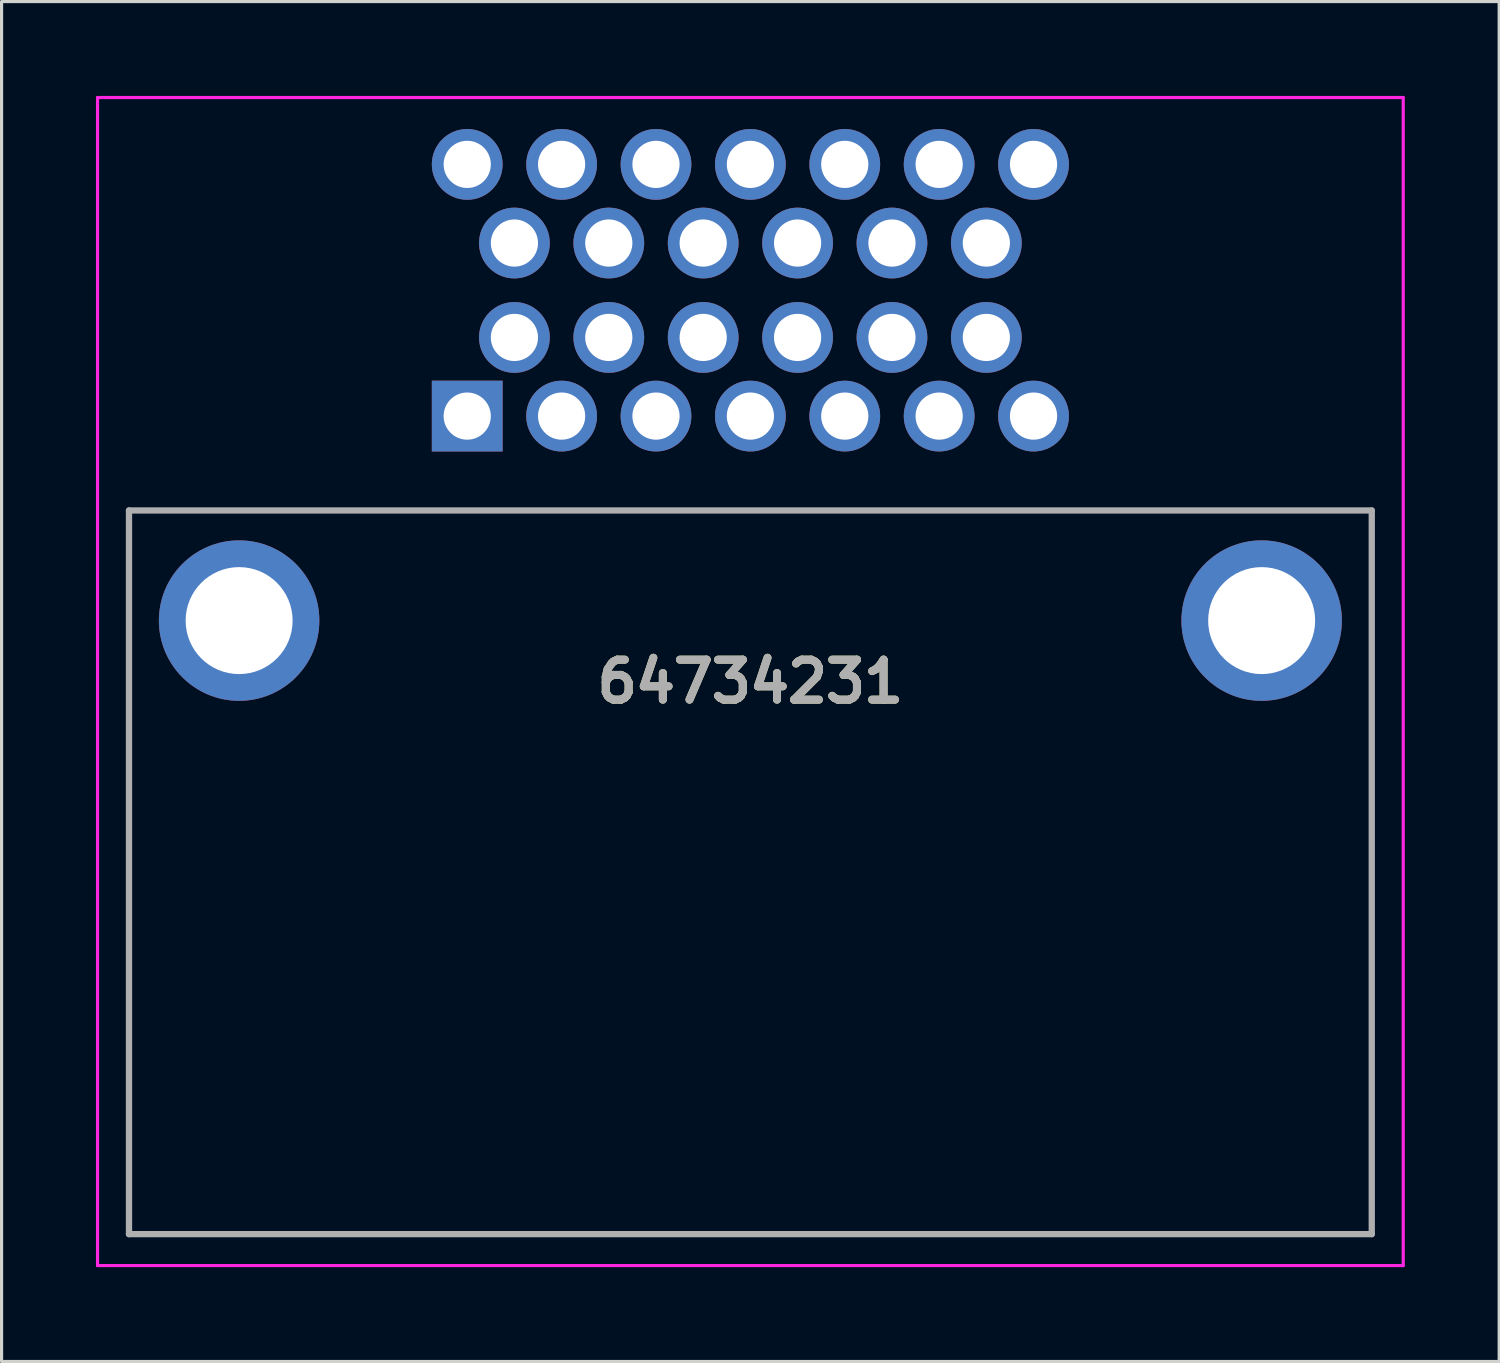
<source format=kicad_pcb>
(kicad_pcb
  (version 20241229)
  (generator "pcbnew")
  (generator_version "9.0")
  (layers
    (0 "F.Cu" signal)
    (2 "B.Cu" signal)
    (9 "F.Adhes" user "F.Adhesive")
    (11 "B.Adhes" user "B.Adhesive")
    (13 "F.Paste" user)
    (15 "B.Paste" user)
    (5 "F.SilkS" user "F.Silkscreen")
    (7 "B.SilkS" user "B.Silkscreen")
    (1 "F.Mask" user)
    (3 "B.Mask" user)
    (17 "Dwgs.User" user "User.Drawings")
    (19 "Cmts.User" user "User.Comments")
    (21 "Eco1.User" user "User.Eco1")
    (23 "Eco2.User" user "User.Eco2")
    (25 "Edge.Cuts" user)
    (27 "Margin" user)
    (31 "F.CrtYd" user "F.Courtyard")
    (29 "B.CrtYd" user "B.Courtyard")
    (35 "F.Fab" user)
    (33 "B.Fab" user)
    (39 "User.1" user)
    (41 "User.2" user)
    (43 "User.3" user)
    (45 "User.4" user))
  (footprint "64734231"
    (layer "F.Cu")
    (at 11.8 10.175)
    (property "Reference" "64734231" (at 9 8.438 0) (layer "F.SilkS") (effects (font (size 1.27 1.27) (thickness 0.254))))
    (attr through_hole)
    (fp_line (start -10.75 3) (end 28.75 3) (stroke (width 0.1) (type solid)) (layer "F.SilkS"))
    (fp_line (start -10.75 26) (end -10.75 3) (stroke (width 0.1) (type solid)) (layer "F.SilkS"))
    (fp_line (start 28.75 3) (end 28.75 26) (stroke (width 0.1) (type solid)) (layer "F.SilkS"))
    (fp_line (start 28.75 26) (end -10.75 26) (stroke (width 0.1) (type solid)) (layer "F.SilkS"))
    (fp_line (start -11.75 -10.125) (end 29.75 -10.125) (stroke (width 0.1) (type solid)) (layer "F.CrtYd"))
    (fp_line (start -11.75 27) (end -11.75 -10.125) (stroke (width 0.1) (type solid)) (layer "F.CrtYd"))
    (fp_line (start 29.75 -10.125) (end 29.75 27) (stroke (width 0.1) (type solid)) (layer "F.CrtYd"))
    (fp_line (start 29.75 27) (end -11.75 27) (stroke (width 0.1) (type solid)) (layer "F.CrtYd"))
    (fp_line (start -10.75 3) (end 28.75 3) (stroke (width 0.2) (type solid)) (layer "F.Fab"))
    (fp_line (start -10.75 26) (end -10.75 3) (stroke (width 0.2) (type solid)) (layer "F.Fab"))
    (fp_line (start 28.75 3) (end 28.75 26) (stroke (width 0.2) (type solid)) (layer "F.Fab"))
    (fp_line (start 28.75 26) (end -10.75 26) (stroke (width 0.2) (type solid)) (layer "F.Fab"))
    (fp_text user "${REFERENCE}" (at 9 8.438 0) (layer "F.Fab") (effects (font (size 1.27 1.27) (thickness 0.254))))
    (pad "1" thru_hole rect (at 0 0) (size 2.25 2.25) (drill 1.5) (layers "*.Cu" "*.Mask"))
    (pad "2" thru_hole circle (at 3 0) (size 2.25 2.25) (drill 1.5) (layers "*.Cu" "*.Mask"))
    (pad "3" thru_hole circle (at 6 0) (size 2.25 2.25) (drill 1.5) (layers "*.Cu" "*.Mask"))
    (pad "4" thru_hole circle (at 9 0) (size 2.25 2.25) (drill 1.5) (layers "*.Cu" "*.Mask"))
    (pad "5" thru_hole circle (at 12 0) (size 2.25 2.25) (drill 1.5) (layers "*.Cu" "*.Mask"))
    (pad "6" thru_hole circle (at 15 0) (size 2.25 2.25) (drill 1.5) (layers "*.Cu" "*.Mask"))
    (pad "7" thru_hole circle (at 18 0) (size 2.25 2.25) (drill 1.5) (layers "*.Cu" "*.Mask"))
    (pad "8" thru_hole circle (at 16.5 -2.5) (size 2.25 2.25) (drill 1.5) (layers "*.Cu" "*.Mask"))
    (pad "9" thru_hole circle (at 13.5 -2.5) (size 2.25 2.25) (drill 1.5) (layers "*.Cu" "*.Mask"))
    (pad "10" thru_hole circle (at 10.5 -2.5) (size 2.25 2.25) (drill 1.5) (layers "*.Cu" "*.Mask"))
    (pad "11" thru_hole circle (at 7.5 -2.5) (size 2.25 2.25) (drill 1.5) (layers "*.Cu" "*.Mask"))
    (pad "12" thru_hole circle (at 4.5 -2.5) (size 2.25 2.25) (drill 1.5) (layers "*.Cu" "*.Mask"))
    (pad "13" thru_hole circle (at 1.5 -2.5) (size 2.25 2.25) (drill 1.5) (layers "*.Cu" "*.Mask"))
    (pad "14" thru_hole circle (at 1.5 -5.5) (size 2.25 2.25) (drill 1.5) (layers "*.Cu" "*.Mask"))
    (pad "15" thru_hole circle (at 4.5 -5.5) (size 2.25 2.25) (drill 1.5) (layers "*.Cu" "*.Mask"))
    (pad "16" thru_hole circle (at 7.5 -5.5) (size 2.25 2.25) (drill 1.5) (layers "*.Cu" "*.Mask"))
    (pad "17" thru_hole circle (at 10.5 -5.5) (size 2.25 2.25) (drill 1.5) (layers "*.Cu" "*.Mask"))
    (pad "18" thru_hole circle (at 13.5 -5.5) (size 2.25 2.25) (drill 1.5) (layers "*.Cu" "*.Mask"))
    (pad "19" thru_hole circle (at 16.5 -5.5) (size 2.25 2.25) (drill 1.5) (layers "*.Cu" "*.Mask"))
    (pad "20" thru_hole circle (at 18 -8) (size 2.25 2.25) (drill 1.5) (layers "*.Cu" "*.Mask"))
    (pad "21" thru_hole circle (at 15 -8) (size 2.25 2.25) (drill 1.5) (layers "*.Cu" "*.Mask"))
    (pad "22" thru_hole circle (at 12 -8) (size 2.25 2.25) (drill 1.5) (layers "*.Cu" "*.Mask"))
    (pad "23" thru_hole circle (at 9 -8) (size 2.25 2.25) (drill 1.5) (layers "*.Cu" "*.Mask"))
    (pad "24" thru_hole circle (at 6 -8) (size 2.25 2.25) (drill 1.5) (layers "*.Cu" "*.Mask"))
    (pad "25" thru_hole circle (at 3 -8) (size 2.25 2.25) (drill 1.5) (layers "*.Cu" "*.Mask"))
    (pad "26" thru_hole circle (at 0 -8) (size 2.25 2.25) (drill 1.5) (layers "*.Cu" "*.Mask"))
    (pad "MH1" thru_hole circle (at -7.25 6.5) (size 5.1 5.1) (drill 3.4) (layers "*.Cu" "*.Mask"))
    (pad "MH2" thru_hole circle (at 25.25 6.5) (size 5.1 5.1) (drill 3.4) (layers "*.Cu" "*.Mask")))
  (gr_rect
    (start -3 -3)
    (end 44.6 40.225)
    (stroke (width 0.1) (type default))
    (fill no)
    (layer "Edge.Cuts")))
</source>
